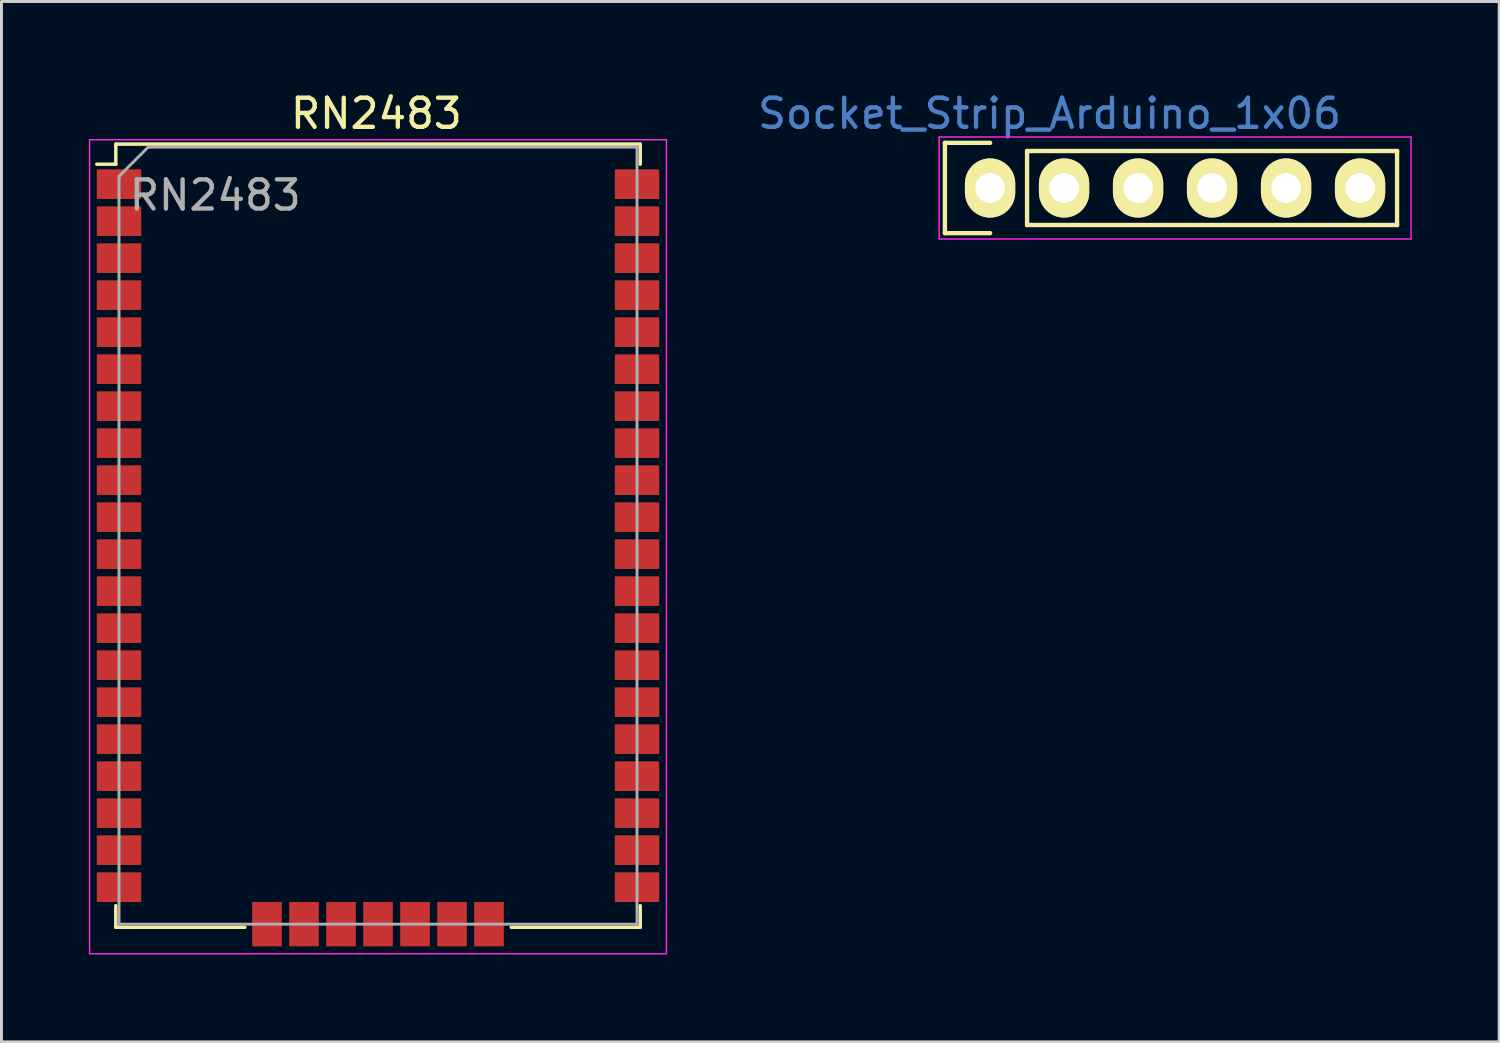
<source format=kicad_pcb>
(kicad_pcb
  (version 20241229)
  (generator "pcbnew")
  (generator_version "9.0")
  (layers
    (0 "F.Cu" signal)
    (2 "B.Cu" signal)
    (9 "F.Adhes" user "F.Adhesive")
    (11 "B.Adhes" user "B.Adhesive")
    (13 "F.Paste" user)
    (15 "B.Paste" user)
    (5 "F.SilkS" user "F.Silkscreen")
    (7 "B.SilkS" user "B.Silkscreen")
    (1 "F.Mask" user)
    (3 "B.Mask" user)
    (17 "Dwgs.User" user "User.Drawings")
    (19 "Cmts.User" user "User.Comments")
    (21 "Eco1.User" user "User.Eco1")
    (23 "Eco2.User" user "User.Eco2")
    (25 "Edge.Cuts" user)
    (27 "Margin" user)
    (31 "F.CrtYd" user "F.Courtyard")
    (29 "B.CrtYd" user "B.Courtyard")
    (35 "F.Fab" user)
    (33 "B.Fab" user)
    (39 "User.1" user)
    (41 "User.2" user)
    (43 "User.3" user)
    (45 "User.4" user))
  (footprint "Socket_Strip_Arduino_1x06"
    (layer "F.Cu")
    (at 30.933 3.403)
    (property "Reference" "Socket_Strip_Arduino_1x06" (at 2.042 -2.555 0) (layer "B.Cu") (effects (font (size 1 1) (thickness 0.15))))
    (attr through_hole)
    (fp_line (start -1.55 -1.55) (end -1.55 1.55) (stroke (width 0.15) (type solid)) (layer "F.SilkS"))
    (fp_line (start -1.55 1.55) (end 0 1.55) (stroke (width 0.15) (type solid)) (layer "F.SilkS"))
    (fp_line (start 0 -1.55) (end -1.55 -1.55) (stroke (width 0.15) (type solid)) (layer "F.SilkS"))
    (fp_line (start 1.27 1.27) (end 1.27 -1.27) (stroke (width 0.15) (type solid)) (layer "F.SilkS"))
    (fp_line (start 1.27 1.27) (end 13.97 1.27) (stroke (width 0.15) (type solid)) (layer "F.SilkS"))
    (fp_line (start 13.97 -1.27) (end 1.27 -1.27) (stroke (width 0.15) (type solid)) (layer "F.SilkS"))
    (fp_line (start 13.97 1.27) (end 13.97 -1.27) (stroke (width 0.15) (type solid)) (layer "F.SilkS"))
    (fp_line (start -1.75 -1.75) (end -1.75 1.75) (stroke (width 0.05) (type solid)) (layer "F.CrtYd"))
    (fp_line (start -1.75 -1.75) (end 14.45 -1.75) (stroke (width 0.05) (type solid)) (layer "F.CrtYd"))
    (fp_line (start -1.75 1.75) (end 14.45 1.75) (stroke (width 0.05) (type solid)) (layer "F.CrtYd"))
    (fp_line (start 14.45 -1.75) (end 14.45 1.75) (stroke (width 0.05) (type solid)) (layer "F.CrtYd"))
    (pad "1" thru_hole oval (at 0 0) (size 1.727 2.032) (drill 1.016) (layers "*.Cu" "*.Mask" "F.SilkS"))
    (pad "2" thru_hole oval (at 2.54 0) (size 1.727 2.032) (drill 1.016) (layers "*.Cu" "*.Mask" "F.SilkS"))
    (pad "3" thru_hole oval (at 5.08 0) (size 1.727 2.032) (drill 1.016) (layers "*.Cu" "*.Mask" "F.SilkS"))
    (pad "4" thru_hole oval (at 7.62 0) (size 1.727 2.032) (drill 1.016) (layers "*.Cu" "*.Mask" "F.SilkS"))
    (pad "5" thru_hole oval (at 10.16 0) (size 1.727 2.032) (drill 1.016) (layers "*.Cu" "*.Mask" "F.SilkS"))
    (pad "6" thru_hole oval (at 12.7 0) (size 1.727 2.032) (drill 1.016) (layers "*.Cu" "*.Mask" "F.SilkS")))
  (footprint "RN2483"
    (layer "F.Cu")
    (at 9.925 15.336)
    (property "Reference" "RN2483" (at -0.058 -14.488 180) (layer "F.SilkS") (effects (font (size 1 1) (thickness 0.15))))
    (attr smd)
    (fp_line (start -9 -13.44) (end 9 -13.44) (stroke (width 0.12) (type solid)) (layer "F.SilkS"))
    (fp_line (start -9 -12.75) (end -9.652 -12.75) (stroke (width 0.12) (type solid)) (layer "F.SilkS"))
    (fp_line (start -9 -12.75) (end -9 -13.44) (stroke (width 0.12) (type solid)) (layer "F.SilkS"))
    (fp_line (start -9 12.7) (end -9 13.44) (stroke (width 0.12) (type solid)) (layer "F.SilkS"))
    (fp_line (start -9 13.44) (end -4.572 13.44) (stroke (width 0.12) (type solid)) (layer "F.SilkS"))
    (fp_line (start 4.572 13.44) (end 9 13.44) (stroke (width 0.12) (type solid)) (layer "F.SilkS"))
    (fp_line (start 9 -13.44) (end 9 -12.75) (stroke (width 0.12) (type solid)) (layer "F.SilkS"))
    (fp_line (start 9 13.44) (end 9 12.7) (stroke (width 0.12) (type solid)) (layer "F.SilkS"))
    (fp_line (start -9.9 -13.59) (end 9.9 -13.59) (stroke (width 0.05) (type solid)) (layer "F.CrtYd"))
    (fp_line (start -9.9 14.35) (end -9.9 -13.59) (stroke (width 0.05) (type solid)) (layer "F.CrtYd"))
    (fp_line (start 9.9 -13.59) (end 9.9 14.35) (stroke (width 0.05) (type solid)) (layer "F.CrtYd"))
    (fp_line (start 9.9 14.35) (end -9.9 14.35) (stroke (width 0.05) (type solid)) (layer "F.CrtYd"))
    (fp_line (start -8.89 13.335) (end -8.89 -12.335) (stroke (width 0.1) (type solid)) (layer "F.Fab"))
    (fp_line (start -7.89 -13.335) (end -8.89 -12.335) (stroke (width 0.1) (type solid)) (layer "F.Fab"))
    (fp_line (start -7.89 -13.335) (end 8.89 -13.335) (stroke (width 0.1) (type solid)) (layer "F.Fab"))
    (fp_line (start 8.89 -13.335) (end 8.89 13.335) (stroke (width 0.1) (type solid)) (layer "F.Fab"))
    (fp_line (start 8.89 13.335) (end -8.89 13.335) (stroke (width 0.1) (type solid)) (layer "F.Fab"))
    (fp_text user "${REFERENCE}" (at -5.588 -11.684 180) (layer "F.Fab") (effects (font (size 1 1) (thickness 0.15))))
    (pad "1" smd rect (at -8.89 -12.065) (size 1.524 1.016) (layers "F.Cu" "F.Mask" "F.Paste"))
    (pad "2" smd rect (at -8.89 -10.795) (size 1.524 1.016) (layers "F.Cu" "F.Mask" "F.Paste"))
    (pad "3" smd rect (at -8.89 -9.525) (size 1.524 1.016) (layers "F.Cu" "F.Mask" "F.Paste"))
    (pad "4" smd rect (at -8.89 -8.255) (size 1.524 1.016) (layers "F.Cu" "F.Mask" "F.Paste"))
    (pad "5" smd rect (at -8.89 -6.985) (size 1.524 1.016) (layers "F.Cu" "F.Mask" "F.Paste"))
    (pad "6" smd rect (at -8.89 -5.715) (size 1.524 1.016) (layers "F.Cu" "F.Mask" "F.Paste"))
    (pad "7" smd rect (at -8.89 -4.445) (size 1.524 1.016) (layers "F.Cu" "F.Mask" "F.Paste"))
    (pad "8" smd rect (at -8.89 -3.175) (size 1.524 1.016) (layers "F.Cu" "F.Mask" "F.Paste"))
    (pad "9" smd rect (at -8.89 -1.905) (size 1.524 1.016) (layers "F.Cu" "F.Mask" "F.Paste"))
    (pad "10" smd rect (at -8.89 -0.635) (size 1.524 1.016) (layers "F.Cu" "F.Mask" "F.Paste"))
    (pad "11" smd rect (at -8.89 0.635) (size 1.524 1.016) (layers "F.Cu" "F.Mask" "F.Paste"))
    (pad "12" smd rect (at -8.89 1.905) (size 1.524 1.016) (layers "F.Cu" "F.Mask" "F.Paste"))
    (pad "13" smd rect (at -8.89 3.175) (size 1.524 1.016) (layers "F.Cu" "F.Mask" "F.Paste"))
    (pad "14" smd rect (at -8.89 4.445) (size 1.524 1.016) (layers "F.Cu" "F.Mask" "F.Paste"))
    (pad "15" smd rect (at -8.89 5.715) (size 1.524 1.016) (layers "F.Cu" "F.Mask" "F.Paste"))
    (pad "16" smd rect (at -8.89 6.985) (size 1.524 1.016) (layers "F.Cu" "F.Mask" "F.Paste"))
    (pad "17" smd rect (at -8.89 8.255) (size 1.524 1.016) (layers "F.Cu" "F.Mask" "F.Paste"))
    (pad "18" smd rect (at -8.89 9.525) (size 1.524 1.016) (layers "F.Cu" "F.Mask" "F.Paste"))
    (pad "19" smd rect (at -8.89 10.795) (size 1.524 1.016) (layers "F.Cu" "F.Mask" "F.Paste"))
    (pad "20" smd rect (at -8.89 12.065) (size 1.524 1.016) (layers "F.Cu" "F.Mask" "F.Paste"))
    (pad "21" smd rect (at -3.81 13.335 90) (size 1.524 1.016) (layers "F.Cu" "F.Mask" "F.Paste"))
    (pad "22" smd rect (at -2.54 13.335 90) (size 1.524 1.016) (layers "F.Cu" "F.Mask" "F.Paste"))
    (pad "23" smd rect (at -1.27 13.335 90) (size 1.524 1.016) (layers "F.Cu" "F.Mask" "F.Paste"))
    (pad "24" smd rect (at 0 13.335 90) (size 1.524 1.016) (layers "F.Cu" "F.Mask" "F.Paste"))
    (pad "25" smd rect (at 1.27 13.335 90) (size 1.524 1.016) (layers "F.Cu" "F.Mask" "F.Paste"))
    (pad "26" smd rect (at 2.54 13.335 90) (size 1.524 1.016) (layers "F.Cu" "F.Mask" "F.Paste"))
    (pad "27" smd rect (at 3.81 13.335 90) (size 1.524 1.016) (layers "F.Cu" "F.Mask" "F.Paste"))
    (pad "28" smd rect (at 8.89 12.065) (size 1.524 1.016) (layers "F.Cu" "F.Mask" "F.Paste"))
    (pad "29" smd rect (at 8.89 10.795) (size 1.524 1.016) (layers "F.Cu" "F.Mask" "F.Paste"))
    (pad "30" smd rect (at 8.89 9.525) (size 1.524 1.016) (layers "F.Cu" "F.Mask" "F.Paste"))
    (pad "31" smd rect (at 8.89 8.255) (size 1.524 1.016) (layers "F.Cu" "F.Mask" "F.Paste"))
    (pad "32" smd rect (at 8.89 6.985) (size 1.524 1.016) (layers "F.Cu" "F.Mask" "F.Paste"))
    (pad "33" smd rect (at 8.89 5.715) (size 1.524 1.016) (layers "F.Cu" "F.Mask" "F.Paste"))
    (pad "34" smd rect (at 8.89 4.445) (size 1.524 1.016) (layers "F.Cu" "F.Mask" "F.Paste"))
    (pad "35" smd rect (at 8.89 3.175) (size 1.524 1.016) (layers "F.Cu" "F.Mask" "F.Paste"))
    (pad "36" smd rect (at 8.89 1.905) (size 1.524 1.016) (layers "F.Cu" "F.Mask" "F.Paste"))
    (pad "37" smd rect (at 8.89 0.635) (size 1.524 1.016) (layers "F.Cu" "F.Mask" "F.Paste"))
    (pad "38" smd rect (at 8.89 -0.635) (size 1.524 1.016) (layers "F.Cu" "F.Mask" "F.Paste"))
    (pad "39" smd rect (at 8.89 -1.905) (size 1.524 1.016) (layers "F.Cu" "F.Mask" "F.Paste"))
    (pad "40" smd rect (at 8.89 -3.175) (size 1.524 1.016) (layers "F.Cu" "F.Mask" "F.Paste"))
    (pad "41" smd rect (at 8.89 -4.445) (size 1.524 1.016) (layers "F.Cu" "F.Mask" "F.Paste"))
    (pad "42" smd rect (at 8.89 -5.715) (size 1.524 1.016) (layers "F.Cu" "F.Mask" "F.Paste"))
    (pad "43" smd rect (at 8.89 -6.985) (size 1.524 1.016) (layers "F.Cu" "F.Mask" "F.Paste"))
    (pad "44" smd rect (at 8.89 -8.255) (size 1.524 1.016) (layers "F.Cu" "F.Mask" "F.Paste"))
    (pad "45" smd rect (at 8.89 -9.525) (size 1.524 1.016) (layers "F.Cu" "F.Mask" "F.Paste"))
    (pad "46" smd rect (at 8.89 -10.795) (size 1.524 1.016) (layers "F.Cu" "F.Mask" "F.Paste"))
    (pad "47" smd rect (at 8.89 -12.065) (size 1.524 1.016) (layers "F.Cu" "F.Mask" "F.Paste")))
  (gr_rect
    (start -3 -3)
    (end 48.408 32.711)
    (stroke (width 0.1) (type default))
    (fill no)
    (layer "Edge.Cuts")))
</source>
